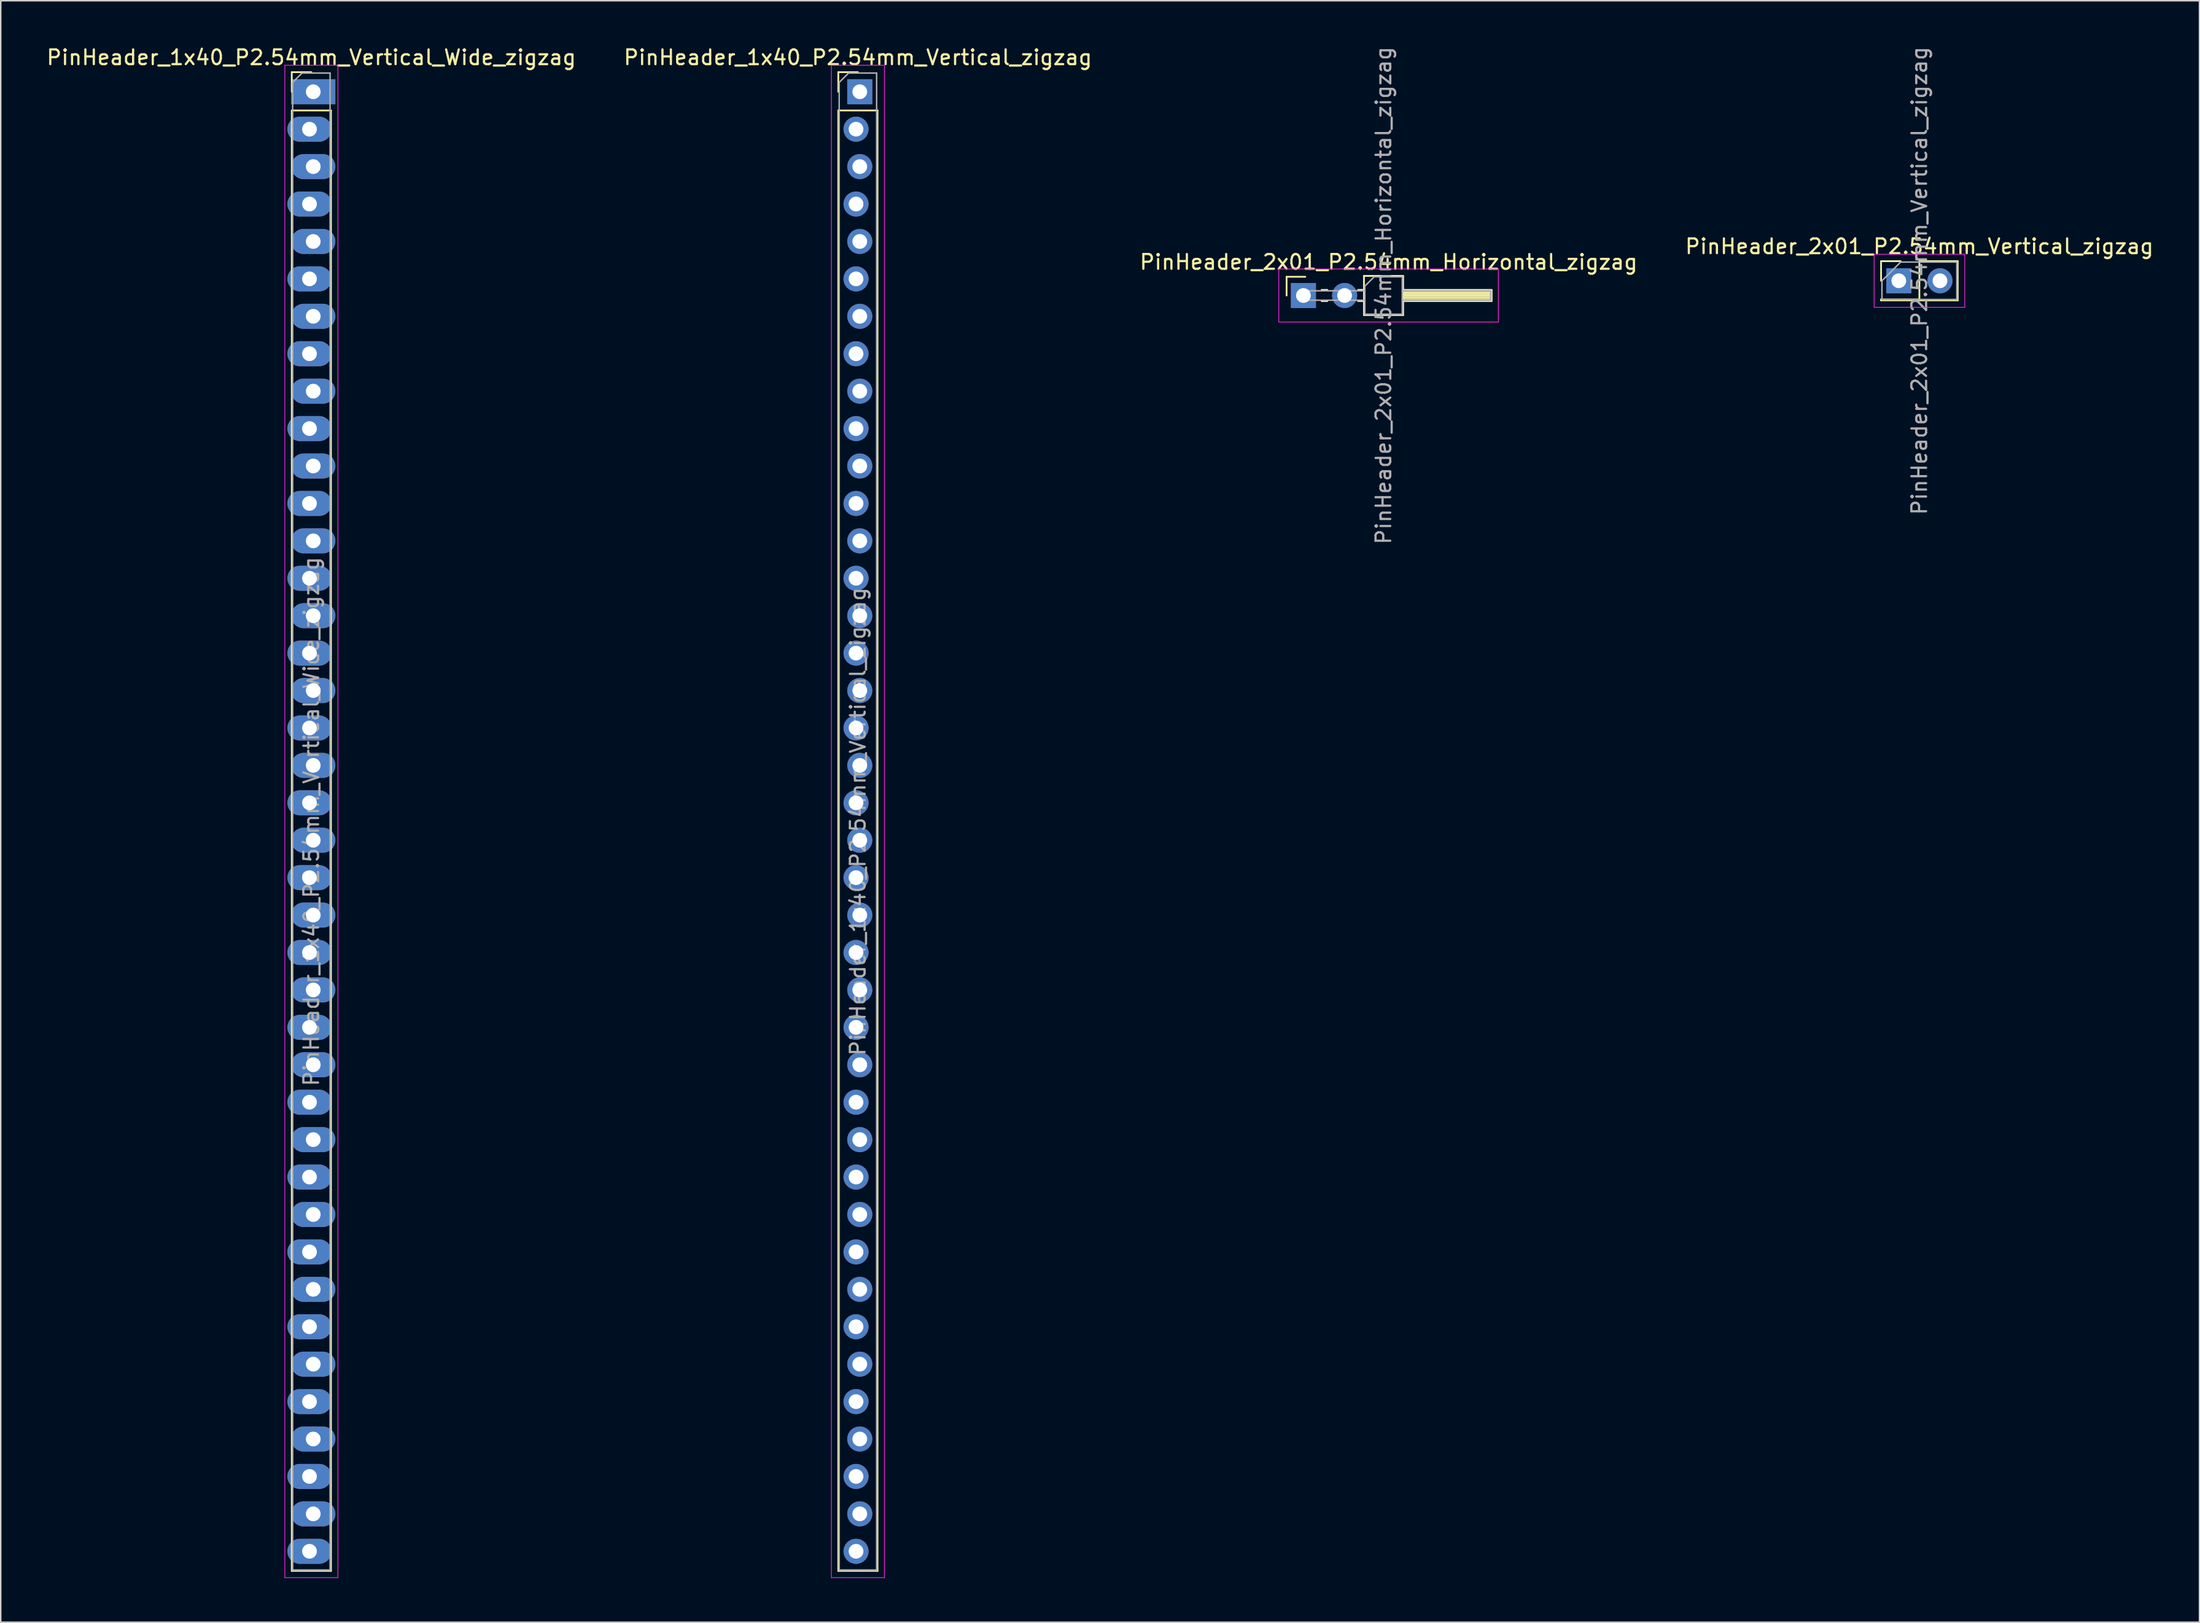
<source format=kicad_pcb>
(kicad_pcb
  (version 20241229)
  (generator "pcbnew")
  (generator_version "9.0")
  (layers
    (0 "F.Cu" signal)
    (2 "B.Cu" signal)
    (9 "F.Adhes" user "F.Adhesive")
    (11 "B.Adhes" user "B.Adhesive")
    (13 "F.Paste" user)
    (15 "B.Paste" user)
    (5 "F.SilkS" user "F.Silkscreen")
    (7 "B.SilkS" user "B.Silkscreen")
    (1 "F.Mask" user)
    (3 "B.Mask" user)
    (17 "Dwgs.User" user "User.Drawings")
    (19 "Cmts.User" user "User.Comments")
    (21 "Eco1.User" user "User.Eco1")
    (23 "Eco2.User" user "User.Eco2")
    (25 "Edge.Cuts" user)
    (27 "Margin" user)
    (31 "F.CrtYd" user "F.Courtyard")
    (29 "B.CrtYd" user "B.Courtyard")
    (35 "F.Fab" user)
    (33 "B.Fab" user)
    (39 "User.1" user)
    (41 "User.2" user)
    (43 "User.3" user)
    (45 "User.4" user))
  (footprint "PinHeader_2x01_P2.54mm_Vertical_zigzag"
    (layer "F.Cu")
    (at 125.915 16.006)
    (property "Reference" "PinHeader_2x01_P2.54mm_Vertical_zigzag" (at 1.27 -2.33 0) (layer "F.SilkS") (effects (font (size 1 1) (thickness 0.15))))
    (attr through_hole)
    (fp_line (start -1.33 -1.33) (end 0 -1.33) (stroke (width 0.12) (type solid)) (layer "F.SilkS"))
    (fp_line (start -1.33 0) (end -1.33 -1.33) (stroke (width 0.12) (type solid)) (layer "F.SilkS"))
    (fp_line (start -1.33 1.27) (end -1.33 1.33) (stroke (width 0.12) (type solid)) (layer "F.SilkS"))
    (fp_line (start -1.33 1.27) (end 1.27 1.27) (stroke (width 0.12) (type solid)) (layer "F.SilkS"))
    (fp_line (start -1.33 1.33) (end 3.87 1.33) (stroke (width 0.12) (type solid)) (layer "F.SilkS"))
    (fp_line (start 1.27 -1.33) (end 3.87 -1.33) (stroke (width 0.12) (type solid)) (layer "F.SilkS"))
    (fp_line (start 1.27 1.27) (end 1.27 -1.33) (stroke (width 0.12) (type solid)) (layer "F.SilkS"))
    (fp_line (start 3.87 -1.33) (end 3.87 1.33) (stroke (width 0.12) (type solid)) (layer "F.SilkS"))
    (fp_line (start -1.8 -1.8) (end -1.8 1.8) (stroke (width 0.05) (type solid)) (layer "F.CrtYd"))
    (fp_line (start -1.8 1.8) (end 4.35 1.8) (stroke (width 0.05) (type solid)) (layer "F.CrtYd"))
    (fp_line (start 4.35 -1.8) (end -1.8 -1.8) (stroke (width 0.05) (type solid)) (layer "F.CrtYd"))
    (fp_line (start 4.35 1.8) (end 4.35 -1.8) (stroke (width 0.05) (type solid)) (layer "F.CrtYd"))
    (fp_line (start -1.27 0) (end 0 -1.27) (stroke (width 0.1) (type solid)) (layer "F.Fab"))
    (fp_line (start -1.27 1.27) (end -1.27 0) (stroke (width 0.1) (type solid)) (layer "F.Fab"))
    (fp_line (start 0 -1.27) (end 3.81 -1.27) (stroke (width 0.1) (type solid)) (layer "F.Fab"))
    (fp_line (start 3.81 -1.27) (end 3.81 1.27) (stroke (width 0.1) (type solid)) (layer "F.Fab"))
    (fp_line (start 3.81 1.27) (end -1.27 1.27) (stroke (width 0.1) (type solid)) (layer "F.Fab"))
    (fp_text user "${REFERENCE}" (at 1.27 0 90) (layer "F.Fab") (effects (font (size 1 1) (thickness 0.15))))
    (pad "1" thru_hole rect (at -0.127 0) (size 1.7 1.7) (drill 1) (layers "*.Cu" "*.Mask"))
    (pad "2" thru_hole oval (at 2.667 0) (size 1.7 1.7) (drill 1) (layers "*.Cu" "*.Mask")))
  (footprint "PinHeader_2x01_P2.54mm_Horizontal_zigzag"
    (layer "F.Cu")
    (at 85.518 17.006)
    (property "Reference" "PinHeader_2x01_P2.54mm_Horizontal_zigzag" (at 5.655 -2.27 0) (layer "F.SilkS") (effects (font (size 1 1) (thickness 0.15))))
    (attr through_hole)
    (fp_line (start -1.27 -1.27) (end 0 -1.27) (stroke (width 0.12) (type solid)) (layer "F.SilkS"))
    (fp_line (start -1.27 0) (end -1.27 -1.27) (stroke (width 0.12) (type solid)) (layer "F.SilkS"))
    (fp_line (start 1.11 -0.38) (end 1.497 -0.38) (stroke (width 0.12) (type solid)) (layer "F.SilkS"))
    (fp_line (start 1.11 0.38) (end 1.497 0.38) (stroke (width 0.12) (type solid)) (layer "F.SilkS"))
    (fp_line (start 3.583 -0.38) (end 3.98 -0.38) (stroke (width 0.12) (type solid)) (layer "F.SilkS"))
    (fp_line (start 3.583 0.38) (end 3.98 0.38) (stroke (width 0.12) (type solid)) (layer "F.SilkS"))
    (fp_line (start 3.98 -1.33) (end 3.98 1.33) (stroke (width 0.12) (type solid)) (layer "F.SilkS"))
    (fp_line (start 3.98 1.33) (end 6.64 1.33) (stroke (width 0.12) (type solid)) (layer "F.SilkS"))
    (fp_line (start 6.64 -1.33) (end 3.98 -1.33) (stroke (width 0.12) (type solid)) (layer "F.SilkS"))
    (fp_line (start 6.64 -0.38) (end 12.64 -0.38) (stroke (width 0.12) (type solid)) (layer "F.SilkS"))
    (fp_line (start 6.64 -0.32) (end 12.64 -0.32) (stroke (width 0.12) (type solid)) (layer "F.SilkS"))
    (fp_line (start 6.64 -0.2) (end 12.64 -0.2) (stroke (width 0.12) (type solid)) (layer "F.SilkS"))
    (fp_line (start 6.64 -0.08) (end 12.64 -0.08) (stroke (width 0.12) (type solid)) (layer "F.SilkS"))
    (fp_line (start 6.64 0.04) (end 12.64 0.04) (stroke (width 0.12) (type solid)) (layer "F.SilkS"))
    (fp_line (start 6.64 0.16) (end 12.64 0.16) (stroke (width 0.12) (type solid)) (layer "F.SilkS"))
    (fp_line (start 6.64 0.28) (end 12.64 0.28) (stroke (width 0.12) (type solid)) (layer "F.SilkS"))
    (fp_line (start 6.64 1.33) (end 6.64 -1.33) (stroke (width 0.12) (type solid)) (layer "F.SilkS"))
    (fp_line (start 12.64 -0.38) (end 12.64 0.38) (stroke (width 0.12) (type solid)) (layer "F.SilkS"))
    (fp_line (start 12.64 0.38) (end 6.64 0.38) (stroke (width 0.12) (type solid)) (layer "F.SilkS"))
    (fp_line (start -1.8 -1.8) (end -1.8 1.8) (stroke (width 0.05) (type solid)) (layer "F.CrtYd"))
    (fp_line (start -1.8 1.8) (end 13.1 1.8) (stroke (width 0.05) (type solid)) (layer "F.CrtYd"))
    (fp_line (start 13.1 -1.8) (end -1.8 -1.8) (stroke (width 0.05) (type solid)) (layer "F.CrtYd"))
    (fp_line (start 13.1 1.8) (end 13.1 -1.8) (stroke (width 0.05) (type solid)) (layer "F.CrtYd"))
    (fp_line (start -0.32 -0.32) (end -0.32 0.32) (stroke (width 0.1) (type solid)) (layer "F.Fab"))
    (fp_line (start -0.32 -0.32) (end 4.04 -0.32) (stroke (width 0.1) (type solid)) (layer "F.Fab"))
    (fp_line (start -0.32 0.32) (end 4.04 0.32) (stroke (width 0.1) (type solid)) (layer "F.Fab"))
    (fp_line (start 4.04 -0.635) (end 4.675 -1.27) (stroke (width 0.1) (type solid)) (layer "F.Fab"))
    (fp_line (start 4.04 1.27) (end 4.04 -0.635) (stroke (width 0.1) (type solid)) (layer "F.Fab"))
    (fp_line (start 4.675 -1.27) (end 6.58 -1.27) (stroke (width 0.1) (type solid)) (layer "F.Fab"))
    (fp_line (start 6.58 -1.27) (end 6.58 1.27) (stroke (width 0.1) (type solid)) (layer "F.Fab"))
    (fp_line (start 6.58 -0.32) (end 12.58 -0.32) (stroke (width 0.1) (type solid)) (layer "F.Fab"))
    (fp_line (start 6.58 0.32) (end 12.58 0.32) (stroke (width 0.1) (type solid)) (layer "F.Fab"))
    (fp_line (start 6.58 1.27) (end 4.04 1.27) (stroke (width 0.1) (type solid)) (layer "F.Fab"))
    (fp_line (start 12.58 -0.32) (end 12.58 0.32) (stroke (width 0.1) (type solid)) (layer "F.Fab"))
    (fp_text user "${REFERENCE}" (at 5.31 0 90) (layer "F.Fab") (effects (font (size 1 1) (thickness 0.15))))
    (pad "1" thru_hole rect (at -0.127 0) (size 1.7 1.7) (drill 1) (layers "*.Cu" "*.Mask"))
    (pad "2" thru_hole oval (at 2.667 0) (size 1.7 1.7) (drill 1) (layers "*.Cu" "*.Mask")))
  (footprint "PinHeader_1x40_P2.54mm_Vertical_zigzag"
    (layer "F.Cu")
    (at 55.161 3.178)
    (property "Reference" "PinHeader_1x40_P2.54mm_Vertical_zigzag" (at 0 -2.33 0) (layer "F.SilkS") (effects (font (size 1 1) (thickness 0.15))))
    (attr through_hole)
    (fp_line (start -1.33 -1.33) (end 0 -1.33) (stroke (width 0.12) (type solid)) (layer "F.SilkS"))
    (fp_line (start -1.33 0) (end -1.33 -1.33) (stroke (width 0.12) (type solid)) (layer "F.SilkS"))
    (fp_line (start -1.33 1.27) (end -1.33 100.39) (stroke (width 0.12) (type solid)) (layer "F.SilkS"))
    (fp_line (start -1.33 1.27) (end 1.33 1.27) (stroke (width 0.12) (type solid)) (layer "F.SilkS"))
    (fp_line (start -1.33 100.39) (end 1.33 100.39) (stroke (width 0.12) (type solid)) (layer "F.SilkS"))
    (fp_line (start 1.33 1.27) (end 1.33 100.39) (stroke (width 0.12) (type solid)) (layer "F.SilkS"))
    (fp_line (start -1.8 -1.8) (end -1.8 100.85) (stroke (width 0.05) (type solid)) (layer "F.CrtYd"))
    (fp_line (start -1.8 100.85) (end 1.8 100.85) (stroke (width 0.05) (type solid)) (layer "F.CrtYd"))
    (fp_line (start 1.8 -1.8) (end -1.8 -1.8) (stroke (width 0.05) (type solid)) (layer "F.CrtYd"))
    (fp_line (start 1.8 100.85) (end 1.8 -1.8) (stroke (width 0.05) (type solid)) (layer "F.CrtYd"))
    (fp_line (start -1.27 -0.635) (end -0.635 -1.27) (stroke (width 0.1) (type solid)) (layer "F.Fab"))
    (fp_line (start -1.27 100.33) (end -1.27 -0.635) (stroke (width 0.1) (type solid)) (layer "F.Fab"))
    (fp_line (start -0.635 -1.27) (end 1.27 -1.27) (stroke (width 0.1) (type solid)) (layer "F.Fab"))
    (fp_line (start 1.27 -1.27) (end 1.27 100.33) (stroke (width 0.1) (type solid)) (layer "F.Fab"))
    (fp_line (start 1.27 100.33) (end -1.27 100.33) (stroke (width 0.1) (type solid)) (layer "F.Fab"))
    (fp_text user "${REFERENCE}" (at 0 49.53 90) (layer "F.Fab") (effects (font (size 1 1) (thickness 0.15))))
    (pad "1" thru_hole rect (at 0.127 0) (size 1.7 1.7) (drill 1) (layers "*.Cu" "*.Mask"))
    (pad "2" thru_hole oval (at -0.127 2.54) (size 1.7 1.7) (drill 1) (layers "*.Cu" "*.Mask"))
    (pad "3" thru_hole oval (at 0.127 5.08) (size 1.7 1.7) (drill 1) (layers "*.Cu" "*.Mask"))
    (pad "4" thru_hole oval (at -0.127 7.62) (size 1.7 1.7) (drill 1) (layers "*.Cu" "*.Mask"))
    (pad "5" thru_hole oval (at 0.127 10.16) (size 1.7 1.7) (drill 1) (layers "*.Cu" "*.Mask"))
    (pad "6" thru_hole oval (at -0.127 12.7) (size 1.7 1.7) (drill 1) (layers "*.Cu" "*.Mask"))
    (pad "7" thru_hole oval (at 0.127 15.24) (size 1.7 1.7) (drill 1) (layers "*.Cu" "*.Mask"))
    (pad "8" thru_hole oval (at -0.127 17.78) (size 1.7 1.7) (drill 1) (layers "*.Cu" "*.Mask"))
    (pad "9" thru_hole oval (at 0.127 20.32) (size 1.7 1.7) (drill 1) (layers "*.Cu" "*.Mask"))
    (pad "10" thru_hole oval (at -0.127 22.86) (size 1.7 1.7) (drill 1) (layers "*.Cu" "*.Mask"))
    (pad "11" thru_hole oval (at 0.127 25.4) (size 1.7 1.7) (drill 1) (layers "*.Cu" "*.Mask"))
    (pad "12" thru_hole oval (at -0.127 27.94) (size 1.7 1.7) (drill 1) (layers "*.Cu" "*.Mask"))
    (pad "13" thru_hole oval (at 0.127 30.48) (size 1.7 1.7) (drill 1) (layers "*.Cu" "*.Mask"))
    (pad "14" thru_hole oval (at -0.127 33.02) (size 1.7 1.7) (drill 1) (layers "*.Cu" "*.Mask"))
    (pad "15" thru_hole oval (at 0.127 35.56) (size 1.7 1.7) (drill 1) (layers "*.Cu" "*.Mask"))
    (pad "16" thru_hole oval (at -0.127 38.1) (size 1.7 1.7) (drill 1) (layers "*.Cu" "*.Mask"))
    (pad "17" thru_hole oval (at 0.127 40.64) (size 1.7 1.7) (drill 1) (layers "*.Cu" "*.Mask"))
    (pad "18" thru_hole oval (at -0.127 43.18) (size 1.7 1.7) (drill 1) (layers "*.Cu" "*.Mask"))
    (pad "19" thru_hole oval (at 0.127 45.72) (size 1.7 1.7) (drill 1) (layers "*.Cu" "*.Mask"))
    (pad "20" thru_hole oval (at -0.127 48.26) (size 1.7 1.7) (drill 1) (layers "*.Cu" "*.Mask"))
    (pad "21" thru_hole oval (at 0.127 50.8) (size 1.7 1.7) (drill 1) (layers "*.Cu" "*.Mask"))
    (pad "22" thru_hole oval (at -0.127 53.34) (size 1.7 1.7) (drill 1) (layers "*.Cu" "*.Mask"))
    (pad "23" thru_hole oval (at 0.127 55.88) (size 1.7 1.7) (drill 1) (layers "*.Cu" "*.Mask"))
    (pad "24" thru_hole oval (at -0.127 58.42) (size 1.7 1.7) (drill 1) (layers "*.Cu" "*.Mask"))
    (pad "25" thru_hole oval (at 0.127 60.96) (size 1.7 1.7) (drill 1) (layers "*.Cu" "*.Mask"))
    (pad "26" thru_hole oval (at -0.127 63.5) (size 1.7 1.7) (drill 1) (layers "*.Cu" "*.Mask"))
    (pad "27" thru_hole oval (at 0.127 66.04) (size 1.7 1.7) (drill 1) (layers "*.Cu" "*.Mask"))
    (pad "28" thru_hole oval (at -0.127 68.58) (size 1.7 1.7) (drill 1) (layers "*.Cu" "*.Mask"))
    (pad "29" thru_hole oval (at 0.127 71.12) (size 1.7 1.7) (drill 1) (layers "*.Cu" "*.Mask"))
    (pad "30" thru_hole oval (at -0.127 73.66) (size 1.7 1.7) (drill 1) (layers "*.Cu" "*.Mask"))
    (pad "31" thru_hole oval (at 0.127 76.2) (size 1.7 1.7) (drill 1) (layers "*.Cu" "*.Mask"))
    (pad "32" thru_hole oval (at -0.127 78.74) (size 1.7 1.7) (drill 1) (layers "*.Cu" "*.Mask"))
    (pad "33" thru_hole oval (at 0.127 81.28) (size 1.7 1.7) (drill 1) (layers "*.Cu" "*.Mask"))
    (pad "34" thru_hole oval (at -0.127 83.82) (size 1.7 1.7) (drill 1) (layers "*.Cu" "*.Mask"))
    (pad "35" thru_hole oval (at 0.127 86.36) (size 1.7 1.7) (drill 1) (layers "*.Cu" "*.Mask"))
    (pad "36" thru_hole oval (at -0.127 88.9) (size 1.7 1.7) (drill 1) (layers "*.Cu" "*.Mask"))
    (pad "37" thru_hole oval (at 0.127 91.44) (size 1.7 1.7) (drill 1) (layers "*.Cu" "*.Mask"))
    (pad "38" thru_hole oval (at -0.127 93.98) (size 1.7 1.7) (drill 1) (layers "*.Cu" "*.Mask"))
    (pad "39" thru_hole oval (at 0.127 96.52) (size 1.7 1.7) (drill 1) (layers "*.Cu" "*.Mask"))
    (pad "40" thru_hole oval (at -0.127 99.06) (size 1.7 1.7) (drill 1) (layers "*.Cu" "*.Mask")))
  (footprint "PinHeader_1x40_P2.54mm_Vertical_Wide_zigzag"
    (layer "F.Cu")
    (at 18.077 3.178)
    (property "Reference" "PinHeader_1x40_P2.54mm_Vertical_Wide_zigzag" (at 0 -2.33 0) (layer "F.SilkS") (effects (font (size 1 1) (thickness 0.15))))
    (attr through_hole)
    (fp_line (start -1.33 -1.33) (end 0 -1.33) (stroke (width 0.12) (type solid)) (layer "F.SilkS"))
    (fp_line (start -1.33 0) (end -1.33 -1.33) (stroke (width 0.12) (type solid)) (layer "F.SilkS"))
    (fp_line (start -1.33 1.27) (end -1.33 100.39) (stroke (width 0.12) (type solid)) (layer "F.SilkS"))
    (fp_line (start -1.33 1.27) (end 1.33 1.27) (stroke (width 0.12) (type solid)) (layer "F.SilkS"))
    (fp_line (start -1.33 100.39) (end 1.33 100.39) (stroke (width 0.12) (type solid)) (layer "F.SilkS"))
    (fp_line (start 1.33 1.27) (end 1.33 100.39) (stroke (width 0.12) (type solid)) (layer "F.SilkS"))
    (fp_line (start -1.8 -1.8) (end -1.8 100.85) (stroke (width 0.05) (type solid)) (layer "F.CrtYd"))
    (fp_line (start -1.8 100.85) (end 1.8 100.85) (stroke (width 0.05) (type solid)) (layer "F.CrtYd"))
    (fp_line (start 1.8 -1.8) (end -1.8 -1.8) (stroke (width 0.05) (type solid)) (layer "F.CrtYd"))
    (fp_line (start 1.8 100.85) (end 1.8 -1.8) (stroke (width 0.05) (type solid)) (layer "F.CrtYd"))
    (fp_line (start -1.27 -0.635) (end -0.635 -1.27) (stroke (width 0.1) (type solid)) (layer "F.Fab"))
    (fp_line (start -1.27 100.33) (end -1.27 -0.635) (stroke (width 0.1) (type solid)) (layer "F.Fab"))
    (fp_line (start -0.635 -1.27) (end 1.27 -1.27) (stroke (width 0.1) (type solid)) (layer "F.Fab"))
    (fp_line (start 1.27 -1.27) (end 1.27 100.33) (stroke (width 0.1) (type solid)) (layer "F.Fab"))
    (fp_line (start 1.27 100.33) (end -1.27 100.33) (stroke (width 0.1) (type solid)) (layer "F.Fab"))
    (fp_text user "${REFERENCE}" (at 0 49.53 90) (layer "F.Fab") (effects (font (size 1 1) (thickness 0.15))))
    (pad "1" thru_hole rect (at 0.127 0) (size 3 1.7) (drill 1) (layers "*.Cu" "*.Mask"))
    (pad "2" thru_hole oval (at -0.127 2.54) (size 3 1.7) (drill 1) (layers "*.Cu" "*.Mask"))
    (pad "3" thru_hole oval (at 0.127 5.08) (size 3 1.7) (drill 1) (layers "*.Cu" "*.Mask"))
    (pad "4" thru_hole oval (at -0.127 7.62) (size 3 1.7) (drill 1) (layers "*.Cu" "*.Mask"))
    (pad "5" thru_hole oval (at 0.127 10.16) (size 3 1.7) (drill 1) (layers "*.Cu" "*.Mask"))
    (pad "6" thru_hole oval (at -0.127 12.7) (size 3 1.7) (drill 1) (layers "*.Cu" "*.Mask"))
    (pad "7" thru_hole oval (at 0.127 15.24) (size 3 1.7) (drill 1) (layers "*.Cu" "*.Mask"))
    (pad "8" thru_hole oval (at -0.127 17.78) (size 3 1.7) (drill 1) (layers "*.Cu" "*.Mask"))
    (pad "9" thru_hole oval (at 0.127 20.32) (size 3 1.7) (drill 1) (layers "*.Cu" "*.Mask"))
    (pad "10" thru_hole oval (at -0.127 22.86) (size 3 1.7) (drill 1) (layers "*.Cu" "*.Mask"))
    (pad "11" thru_hole oval (at 0.127 25.4) (size 3 1.7) (drill 1) (layers "*.Cu" "*.Mask"))
    (pad "12" thru_hole oval (at -0.127 27.94) (size 3 1.7) (drill 1) (layers "*.Cu" "*.Mask"))
    (pad "13" thru_hole oval (at 0.127 30.48) (size 3 1.7) (drill 1) (layers "*.Cu" "*.Mask"))
    (pad "14" thru_hole oval (at -0.127 33.02) (size 3 1.7) (drill 1) (layers "*.Cu" "*.Mask"))
    (pad "15" thru_hole oval (at 0.127 35.56) (size 3 1.7) (drill 1) (layers "*.Cu" "*.Mask"))
    (pad "16" thru_hole oval (at -0.127 38.1) (size 3 1.7) (drill 1) (layers "*.Cu" "*.Mask"))
    (pad "17" thru_hole oval (at 0.127 40.64) (size 3 1.7) (drill 1) (layers "*.Cu" "*.Mask"))
    (pad "18" thru_hole oval (at -0.127 43.18) (size 3 1.7) (drill 1) (layers "*.Cu" "*.Mask"))
    (pad "19" thru_hole oval (at 0.127 45.72) (size 3 1.7) (drill 1) (layers "*.Cu" "*.Mask"))
    (pad "20" thru_hole oval (at -0.127 48.26) (size 3 1.7) (drill 1) (layers "*.Cu" "*.Mask"))
    (pad "21" thru_hole oval (at 0.127 50.8) (size 3 1.7) (drill 1) (layers "*.Cu" "*.Mask"))
    (pad "22" thru_hole oval (at -0.127 53.34) (size 3 1.7) (drill 1) (layers "*.Cu" "*.Mask"))
    (pad "23" thru_hole oval (at 0.127 55.88) (size 3 1.7) (drill 1) (layers "*.Cu" "*.Mask"))
    (pad "24" thru_hole oval (at -0.127 58.42) (size 3 1.7) (drill 1) (layers "*.Cu" "*.Mask"))
    (pad "25" thru_hole oval (at 0.127 60.96) (size 3 1.7) (drill 1) (layers "*.Cu" "*.Mask"))
    (pad "26" thru_hole oval (at -0.127 63.5) (size 3 1.7) (drill 1) (layers "*.Cu" "*.Mask"))
    (pad "27" thru_hole oval (at 0.127 66.04) (size 3 1.7) (drill 1) (layers "*.Cu" "*.Mask"))
    (pad "28" thru_hole oval (at -0.127 68.58) (size 3 1.7) (drill 1) (layers "*.Cu" "*.Mask"))
    (pad "29" thru_hole oval (at 0.127 71.12) (size 3 1.7) (drill 1) (layers "*.Cu" "*.Mask"))
    (pad "30" thru_hole oval (at -0.127 73.66) (size 3 1.7) (drill 1) (layers "*.Cu" "*.Mask"))
    (pad "31" thru_hole oval (at 0.127 76.2) (size 3 1.7) (drill 1) (layers "*.Cu" "*.Mask"))
    (pad "32" thru_hole oval (at -0.127 78.74) (size 3 1.7) (drill 1) (layers "*.Cu" "*.Mask"))
    (pad "33" thru_hole oval (at 0.127 81.28) (size 3 1.7) (drill 1) (layers "*.Cu" "*.Mask"))
    (pad "34" thru_hole oval (at -0.127 83.82) (size 3 1.7) (drill 1) (layers "*.Cu" "*.Mask"))
    (pad "35" thru_hole oval (at 0.127 86.36) (size 3 1.7) (drill 1) (layers "*.Cu" "*.Mask"))
    (pad "36" thru_hole oval (at -0.127 88.9) (size 3 1.7) (drill 1) (layers "*.Cu" "*.Mask"))
    (pad "37" thru_hole oval (at 0.127 91.44) (size 3 1.7) (drill 1) (layers "*.Cu" "*.Mask"))
    (pad "38" thru_hole oval (at -0.127 93.98) (size 3 1.7) (drill 1) (layers "*.Cu" "*.Mask"))
    (pad "39" thru_hole oval (at 0.127 96.52) (size 3 1.7) (drill 1) (layers "*.Cu" "*.Mask"))
    (pad "40" thru_hole oval (at -0.127 99.06) (size 3 1.7) (drill 1) (layers "*.Cu" "*.Mask")))
  (gr_rect
    (start -3 -3)
    (end 146.19 107.053)
    (stroke (width 0.1) (type default))
    (fill no)
    (layer "Edge.Cuts")))
</source>
